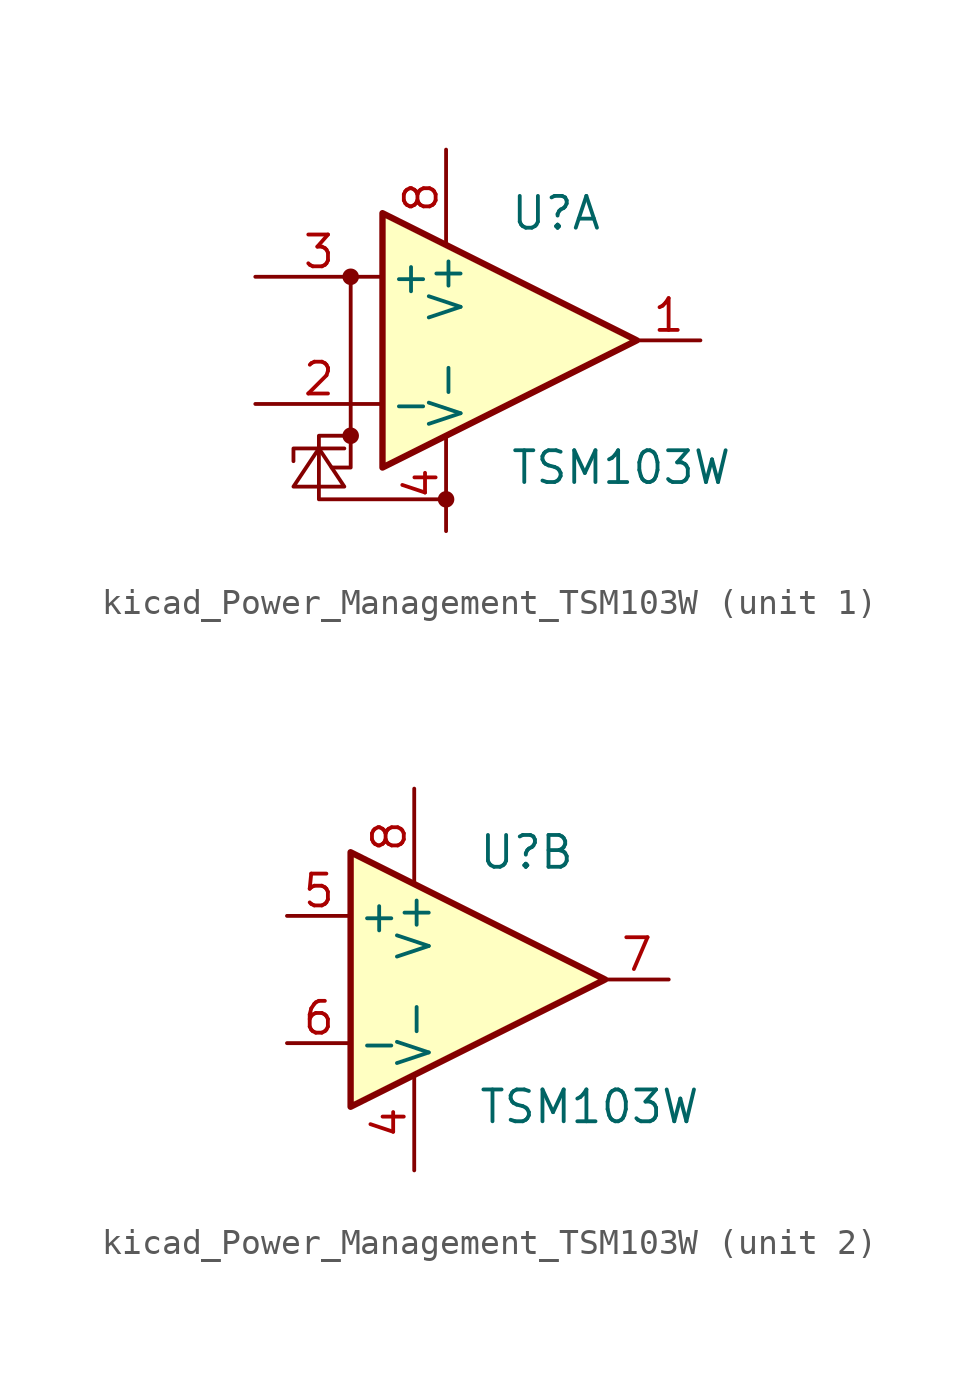
<source format=kicad_sym>
(kicad_symbol_lib
  (version 20220914)
  (generator kicad_symbol_editor)
  (symbol "kicad_Power_Management_TSM103W"
    (pin_names
      (offset 0.254))
    (property "Reference" "U"
      (at 0 5.08 0)
      (effects (font (size 1.27 1.27)) (justify left)))
    (property "Value" "TSM103W"
      (at 0 -5.08 0)
      (effects (font (size 1.27 1.27)) (justify left)))
    (symbol "kicad_Power_Management_TSM103W_0_1"
      (polyline (pts (xy -5.08 5.08) (xy 5.08 0) (xy -5.08 -5.08) (xy -5.08 5.08)) (stroke (width 0.254) (type default)) (fill (type background)))
      (pin power_in line (at -2.54 -7.62 90) (length 3.81) (name "V-" (effects (font (size 1.27 1.27)))) (number "4" (effects (font (size 1.27 1.27)))))
      (pin power_in line (at -2.54 7.62 270) (length 3.81) (name "V+" (effects (font (size 1.27 1.27)))) (number "8" (effects (font (size 1.27 1.27))))))
    (symbol "kicad_Power_Management_TSM103W_1_1"
      (circle (center -6.35 -3.81) (radius 0.254) (stroke (width 0) (type default)) (fill (type outline)))
      (circle (center -6.35 2.54) (radius 0.254) (stroke (width 0) (type default)) (fill (type outline)))
      (circle (center -2.54 -6.35) (radius 0.254) (stroke (width 0) (type default)) (fill (type outline)))
      (polyline (pts (xy -8.636 -4.826) (xy -8.636 -4.318) (xy -6.604 -4.318)) (stroke (width 0) (type default)) (fill (type none)))
      (polyline (pts (xy -7.112 -5.08) (xy -6.35 -5.08) (xy -6.35 2.54)) (stroke (width 0) (type default)) (fill (type none)))
      (polyline (pts (xy -8.636 -5.842) (xy -7.62 -4.318) (xy -6.604 -5.842) (xy -8.636 -5.842)) (stroke (width 0) (type default)) (fill (type none)))
      (polyline (pts (xy -6.35 -3.81) (xy -7.62 -3.81) (xy -7.62 -6.35) (xy -2.54 -6.35)) (stroke (width 0) (type default)) (fill (type none)))
      (pin output line (at 7.62 0 180) (length 2.54) (name "~" (effects (font (size 1.27 1.27)))) (number "1" (effects (font (size 1.27 1.27)))))
      (pin input line (at -10.16 -2.54 0) (length 5.08) (name "-" (effects (font (size 1.27 1.27)))) (number "2" (effects (font (size 1.27 1.27)))))
      (pin input line (at -10.16 2.54 0) (length 5.08) (name "+" (effects (font (size 1.27 1.27)))) (number "3" (effects (font (size 1.27 1.27))))))
    (symbol "kicad_Power_Management_TSM103W_2_1"
      (pin input line (at -7.62 2.54 0) (length 2.54) (name "+" (effects (font (size 1.27 1.27)))) (number "5" (effects (font (size 1.27 1.27)))))
      (pin input line (at -7.62 -2.54 0) (length 2.54) (name "-" (effects (font (size 1.27 1.27)))) (number "6" (effects (font (size 1.27 1.27)))))
      (pin output line (at 7.62 0 180) (length 2.54) (name "~" (effects (font (size 1.27 1.27)))) (number "7" (effects (font (size 1.27 1.27))))))))
</source>
